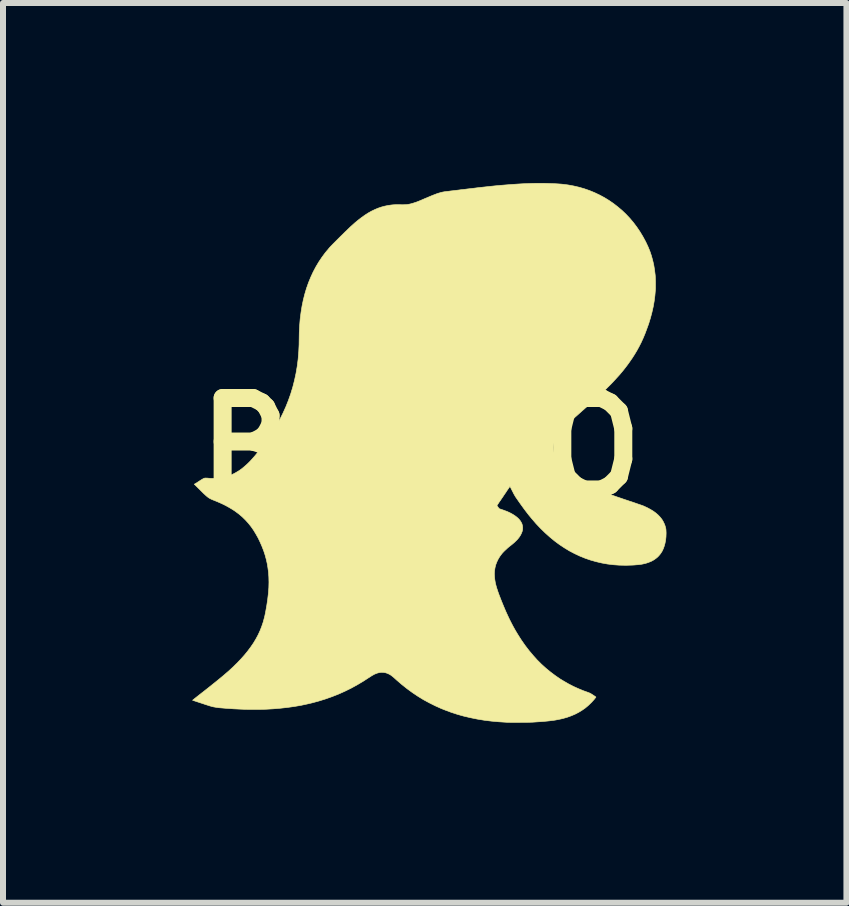
<source format=kicad_pcb>
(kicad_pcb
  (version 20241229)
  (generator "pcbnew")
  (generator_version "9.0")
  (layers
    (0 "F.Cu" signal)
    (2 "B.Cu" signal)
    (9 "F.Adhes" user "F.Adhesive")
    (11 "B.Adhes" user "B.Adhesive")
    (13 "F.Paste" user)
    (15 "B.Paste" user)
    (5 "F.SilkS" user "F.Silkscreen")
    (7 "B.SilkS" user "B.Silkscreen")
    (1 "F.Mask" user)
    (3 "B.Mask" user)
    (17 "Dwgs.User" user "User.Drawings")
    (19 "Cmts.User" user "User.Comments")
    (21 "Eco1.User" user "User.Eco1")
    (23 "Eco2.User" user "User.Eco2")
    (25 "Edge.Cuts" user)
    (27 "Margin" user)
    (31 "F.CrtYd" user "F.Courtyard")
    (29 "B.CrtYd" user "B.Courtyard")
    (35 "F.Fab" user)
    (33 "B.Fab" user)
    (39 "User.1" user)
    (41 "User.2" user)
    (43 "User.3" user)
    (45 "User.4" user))
  (footprint "BC_KO"
    (layer "F.Cu")
    (at 3.962 4.417)
    (property "Reference" "BC_KO" (at 0 0 0) (layer "F.SilkS") (effects (font (size 1.524 1.524) (thickness 0.3))))
    (attr through_hole)
    (fp_poly (pts (xy 2.042 -4.412) (xy 2.096 -4.411) (xy 2.149 -4.409) (xy 2.201 -4.407) (xy 2.251 -4.405) (xy 2.297 -4.402) (xy 2.34 -4.399) (xy 2.361 -4.397) (xy 2.455 -4.385) (xy 2.547 -4.368) (xy 2.638 -4.347) (xy 2.727 -4.321) (xy 2.813 -4.291) (xy 2.898 -4.256) (xy 2.98 -4.217) (xy 3.06 -4.174) (xy 3.138 -4.126) (xy 3.212 -4.075) (xy 3.284 -4.019) (xy 3.354 -3.96) (xy 3.42 -3.897) (xy 3.483 -3.83) (xy 3.542 -3.76) (xy 3.598 -3.686) (xy 3.651 -3.608) (xy 3.7 -3.527) (xy 3.745 -3.444) (xy 3.754 -3.426) (xy 3.788 -3.353) (xy 3.818 -3.28) (xy 3.843 -3.206) (xy 3.864 -3.13) (xy 3.882 -3.053) (xy 3.895 -2.973) (xy 3.905 -2.893) (xy 3.907 -2.875) (xy 3.908 -2.854) (xy 3.909 -2.83) (xy 3.91 -2.803) (xy 3.911 -2.774) (xy 3.911 -2.746) (xy 3.911 -2.717) (xy 3.911 -2.69) (xy 3.911 -2.665) (xy 3.91 -2.643) (xy 3.909 -2.629) (xy 3.901 -2.538) (xy 3.889 -2.446) (xy 3.873 -2.355) (xy 3.852 -2.262) (xy 3.827 -2.168) (xy 3.798 -2.073) (xy 3.763 -1.977) (xy 3.736 -1.905) (xy 3.705 -1.831) (xy 3.673 -1.761) (xy 3.639 -1.694) (xy 3.603 -1.628) (xy 3.564 -1.563) (xy 3.522 -1.497) (xy 3.514 -1.486) (xy 3.483 -1.441) (xy 3.451 -1.396) (xy 3.417 -1.351) (xy 3.382 -1.306) (xy 3.345 -1.261) (xy 3.306 -1.215) (xy 3.264 -1.169) (xy 3.221 -1.122) (xy 3.175 -1.073) (xy 3.126 -1.024) (xy 3.074 -0.972) (xy 3.018 -0.919) (xy 2.96 -0.864) (xy 2.897 -0.807) (xy 2.831 -0.747) (xy 2.783 -0.703) (xy 2.763 -0.686) (xy 2.74 -0.666) (xy 2.716 -0.644) (xy 2.69 -0.622) (xy 2.665 -0.599) (xy 2.64 -0.577) (xy 2.618 -0.557) (xy 2.612 -0.552) (xy 2.592 -0.534) (xy 2.571 -0.516) (xy 2.551 -0.497) (xy 2.531 -0.48) (xy 2.513 -0.463) (xy 2.497 -0.448) (xy 2.484 -0.436) (xy 2.478 -0.43) (xy 2.431 -0.385) (xy 2.389 -0.341) (xy 2.352 -0.3) (xy 2.319 -0.26) (xy 2.29 -0.221) (xy 2.266 -0.184) (xy 2.246 -0.148) (xy 2.231 -0.113) (xy 2.219 -0.08) (xy 2.212 -0.047) (xy 2.208 -0.016) (xy 2.209 0.016) (xy 2.211 0.032) (xy 2.217 0.063) (xy 2.227 0.094) (xy 2.24 0.125) (xy 2.258 0.156) (xy 2.278 0.188) (xy 2.303 0.221) (xy 2.332 0.255) (xy 2.366 0.29) (xy 2.403 0.327) (xy 2.445 0.364) (xy 2.492 0.404) (xy 2.517 0.425) (xy 2.564 0.461) (xy 2.609 0.494) (xy 2.652 0.525) (xy 2.695 0.553) (xy 2.74 0.58) (xy 2.786 0.606) (xy 2.835 0.632) (xy 2.85 0.64) (xy 2.879 0.654) (xy 2.907 0.668) (xy 2.936 0.682) (xy 2.964 0.695) (xy 2.993 0.708) (xy 3.022 0.72) (xy 3.053 0.733) (xy 3.086 0.746) (xy 3.12 0.759) (xy 3.156 0.773) (xy 3.195 0.787) (xy 3.237 0.802) (xy 3.282 0.818) (xy 3.33 0.834) (xy 3.382 0.852) (xy 3.439 0.871) (xy 3.489 0.888) (xy 3.521 0.898) (xy 3.552 0.909) (xy 3.582 0.919) (xy 3.61 0.929) (xy 3.636 0.938) (xy 3.66 0.946) (xy 3.68 0.953) (xy 3.697 0.959) (xy 3.71 0.964) (xy 3.719 0.968) (xy 3.719 0.968) (xy 3.775 0.994) (xy 3.827 1.022) (xy 3.875 1.051) (xy 3.917 1.082) (xy 3.955 1.115) (xy 3.988 1.15) (xy 4.017 1.186) (xy 4.04 1.224) (xy 4.059 1.264) (xy 4.069 1.29) (xy 4.075 1.31) (xy 4.08 1.329) (xy 4.084 1.346) (xy 4.086 1.365) (xy 4.087 1.386) (xy 4.088 1.41) (xy 4.088 1.422) (xy 4.086 1.48) (xy 4.08 1.534) (xy 4.07 1.586) (xy 4.057 1.634) (xy 4.041 1.678) (xy 4.021 1.72) (xy 3.997 1.757) (xy 3.98 1.779) (xy 3.951 1.811) (xy 3.918 1.839) (xy 3.882 1.864) (xy 3.842 1.886) (xy 3.798 1.904) (xy 3.75 1.92) (xy 3.698 1.932) (xy 3.671 1.937) (xy 3.649 1.94) (xy 3.623 1.943) (xy 3.593 1.945) (xy 3.562 1.948) (xy 3.528 1.95) (xy 3.495 1.951) (xy 3.461 1.952) (xy 3.429 1.953) (xy 3.409 1.953) (xy 3.308 1.951) (xy 3.21 1.944) (xy 3.112 1.932) (xy 3.017 1.915) (xy 2.923 1.893) (xy 2.831 1.867) (xy 2.74 1.836) (xy 2.651 1.8) (xy 2.564 1.759) (xy 2.478 1.714) (xy 2.394 1.663) (xy 2.311 1.608) (xy 2.23 1.548) (xy 2.151 1.483) (xy 2.073 1.413) (xy 1.997 1.339) (xy 1.922 1.26) (xy 1.849 1.175) (xy 1.8 1.116) (xy 1.776 1.085) (xy 1.749 1.05) (xy 1.721 1.013) (xy 1.693 0.974) (xy 1.664 0.934) (xy 1.635 0.893) (xy 1.608 0.854) (xy 1.587 0.824) (xy 1.577 0.809) (xy 1.567 0.792) (xy 1.556 0.773) (xy 1.544 0.751) (xy 1.531 0.724) (xy 1.525 0.713) (xy 1.516 0.695) (xy 1.508 0.678) (xy 1.5 0.664) (xy 1.494 0.652) (xy 1.489 0.644) (xy 1.487 0.639) (xy 1.486 0.638) (xy 1.484 0.64) (xy 1.48 0.646) (xy 1.474 0.655) (xy 1.465 0.667) (xy 1.455 0.682) (xy 1.443 0.699) (xy 1.43 0.718) (xy 1.417 0.739) (xy 1.402 0.76) (xy 1.387 0.782) (xy 1.372 0.805) (xy 1.357 0.827) (xy 1.342 0.849) (xy 1.328 0.87) (xy 1.314 0.889) (xy 1.302 0.907) (xy 1.292 0.923) (xy 1.283 0.936) (xy 1.276 0.946) (xy 1.272 0.953) (xy 1.27 0.956) (xy 1.27 0.959) (xy 1.274 0.965) (xy 1.28 0.974) (xy 1.287 0.984) (xy 1.287 0.984) (xy 1.307 1.01) (xy 1.363 1.029) (xy 1.381 1.035) (xy 1.399 1.042) (xy 1.415 1.048) (xy 1.43 1.053) (xy 1.441 1.058) (xy 1.444 1.059) (xy 1.491 1.081) (xy 1.533 1.104) (xy 1.57 1.128) (xy 1.603 1.153) (xy 1.631 1.179) (xy 1.654 1.206) (xy 1.672 1.234) (xy 1.686 1.262) (xy 1.694 1.292) (xy 1.698 1.322) (xy 1.697 1.353) (xy 1.691 1.384) (xy 1.679 1.416) (xy 1.663 1.449) (xy 1.642 1.482) (xy 1.632 1.495) (xy 1.617 1.514) (xy 1.601 1.532) (xy 1.583 1.549) (xy 1.564 1.568) (xy 1.542 1.587) (xy 1.517 1.608) (xy 1.488 1.631) (xy 1.486 1.632) (xy 1.465 1.649) (xy 1.444 1.667) (xy 1.422 1.688) (xy 1.4 1.708) (xy 1.38 1.728) (xy 1.362 1.747) (xy 1.348 1.764) (xy 1.316 1.807) (xy 1.289 1.852) (xy 1.267 1.898) (xy 1.249 1.945) (xy 1.237 1.994) (xy 1.229 2.044) (xy 1.226 2.096) (xy 1.229 2.149) (xy 1.231 2.17) (xy 1.234 2.195) (xy 1.238 2.219) (xy 1.242 2.244) (xy 1.248 2.269) (xy 1.255 2.295) (xy 1.262 2.322) (xy 1.272 2.352) (xy 1.282 2.383) (xy 1.294 2.417) (xy 1.308 2.455) (xy 1.324 2.496) (xy 1.341 2.54) (xy 1.352 2.567) (xy 1.384 2.645) (xy 1.415 2.718) (xy 1.447 2.788) (xy 1.478 2.854) (xy 1.51 2.917) (xy 1.542 2.978) (xy 1.575 3.037) (xy 1.61 3.095) (xy 1.646 3.153) (xy 1.675 3.198) (xy 1.737 3.287) (xy 1.802 3.372) (xy 1.869 3.452) (xy 1.938 3.529) (xy 2.01 3.601) (xy 2.084 3.668) (xy 2.162 3.732) (xy 2.242 3.792) (xy 2.325 3.849) (xy 2.383 3.884) (xy 2.461 3.929) (xy 2.542 3.971) (xy 2.626 4.009) (xy 2.711 4.044) (xy 2.775 4.067) (xy 2.789 4.072) (xy 2.801 4.077) (xy 2.812 4.081) (xy 2.819 4.084) (xy 2.82 4.084) (xy 2.826 4.088) (xy 2.835 4.093) (xy 2.847 4.1) (xy 2.859 4.108) (xy 2.872 4.116) (xy 2.884 4.125) (xy 2.896 4.132) (xy 2.906 4.139) (xy 2.913 4.145) (xy 2.917 4.148) (xy 2.918 4.149) (xy 2.917 4.152) (xy 2.912 4.159) (xy 2.905 4.168) (xy 2.896 4.179) (xy 2.886 4.192) (xy 2.874 4.205) (xy 2.862 4.218) (xy 2.851 4.231) (xy 2.839 4.243) (xy 2.838 4.244) (xy 2.79 4.29) (xy 2.74 4.332) (xy 2.687 4.369) (xy 2.631 4.403) (xy 2.571 4.434) (xy 2.508 4.461) (xy 2.442 4.485) (xy 2.372 4.505) (xy 2.363 4.507) (xy 2.334 4.514) (xy 2.305 4.52) (xy 2.275 4.526) (xy 2.244 4.532) (xy 2.211 4.537) (xy 2.176 4.541) (xy 2.139 4.546) (xy 2.099 4.55) (xy 2.056 4.554) (xy 2.009 4.558) (xy 1.958 4.561) (xy 1.902 4.565) (xy 1.869 4.567) (xy 1.857 4.568) (xy 1.841 4.568) (xy 1.82 4.569) (xy 1.796 4.569) (xy 1.769 4.57) (xy 1.74 4.57) (xy 1.71 4.57) (xy 1.678 4.57) (xy 1.646 4.571) (xy 1.613 4.571) (xy 1.582 4.571) (xy 1.551 4.571) (xy 1.522 4.571) (xy 1.496 4.571) (xy 1.472 4.57) (xy 1.452 4.57) (xy 1.436 4.57) (xy 1.426 4.569) (xy 1.3 4.561) (xy 1.177 4.55) (xy 1.057 4.535) (xy 0.941 4.516) (xy 0.828 4.493) (xy 0.717 4.467) (xy 0.61 4.437) (xy 0.506 4.403) (xy 0.404 4.365) (xy 0.341 4.34) (xy 0.239 4.294) (xy 0.141 4.245) (xy 0.045 4.193) (xy -0.048 4.136) (xy -0.139 4.075) (xy -0.228 4.01) (xy -0.316 3.94) (xy -0.402 3.866) (xy -0.424 3.846) (xy -0.446 3.826) (xy -0.466 3.809) (xy -0.483 3.796) (xy -0.499 3.784) (xy -0.515 3.774) (xy -0.526 3.768) (xy -0.559 3.753) (xy -0.591 3.743) (xy -0.624 3.738) (xy -0.657 3.737) (xy -0.691 3.741) (xy -0.726 3.75) (xy -0.762 3.764) (xy -0.78 3.772) (xy -0.789 3.778) (xy -0.802 3.785) (xy -0.818 3.794) (xy -0.834 3.805) (xy -0.851 3.816) (xy -0.86 3.821) (xy -0.96 3.886) (xy -1.061 3.946) (xy -1.163 4.002) (xy -1.267 4.053) (xy -1.372 4.1) (xy -1.479 4.142) (xy -1.589 4.181) (xy -1.702 4.216) (xy -1.817 4.247) (xy -1.89 4.264) (xy -1.997 4.287) (xy -2.108 4.306) (xy -2.222 4.322) (xy -2.339 4.335) (xy -2.458 4.345) (xy -2.58 4.352) (xy -2.703 4.355) (xy -2.828 4.355) (xy -2.892 4.354) (xy -2.944 4.353) (xy -2.991 4.351) (xy -3.035 4.349) (xy -3.077 4.347) (xy -3.119 4.345) (xy -3.161 4.342) (xy -3.205 4.339) (xy -3.251 4.336) (xy -3.297 4.332) (xy -3.323 4.33) (xy -3.347 4.328) (xy -3.368 4.326) (xy -3.387 4.323) (xy -3.405 4.321) (xy -3.422 4.318) (xy -3.439 4.315) (xy -3.456 4.312) (xy -3.473 4.308) (xy -3.492 4.303) (xy -3.513 4.297) (xy -3.535 4.29) (xy -3.56 4.282) (xy -3.589 4.273) (xy -3.621 4.262) (xy -3.657 4.25) (xy -3.67 4.246) (xy -3.803 4.202) (xy -3.778 4.182) (xy -3.771 4.176) (xy -3.761 4.168) (xy -3.748 4.158) (xy -3.732 4.145) (xy -3.714 4.131) (xy -3.694 4.115) (xy -3.673 4.099) (xy -3.651 4.081) (xy -3.633 4.068) (xy -3.579 4.025) (xy -3.528 3.985) (xy -3.481 3.947) (xy -3.437 3.912) (xy -3.396 3.879) (xy -3.358 3.848) (xy -3.323 3.819) (xy -3.289 3.791) (xy -3.258 3.764) (xy -3.229 3.739) (xy -3.201 3.715) (xy -3.175 3.691) (xy -3.15 3.668) (xy -3.125 3.645) (xy -3.101 3.621) (xy -3.078 3.598) (xy -3.064 3.585) (xy -3 3.518) (xy -2.94 3.451) (xy -2.885 3.384) (xy -2.835 3.317) (xy -2.789 3.25) (xy -2.748 3.182) (xy -2.711 3.113) (xy -2.679 3.044) (xy -2.651 2.973) (xy -2.627 2.902) (xy -2.607 2.828) (xy -2.606 2.826) (xy -2.598 2.791) (xy -2.59 2.752) (xy -2.582 2.71) (xy -2.574 2.665) (xy -2.566 2.62) (xy -2.559 2.573) (xy -2.552 2.527) (xy -2.547 2.483) (xy -2.542 2.441) (xy -2.539 2.413) (xy -2.532 2.323) (xy -2.53 2.235) (xy -2.532 2.149) (xy -2.538 2.066) (xy -2.549 1.985) (xy -2.558 1.93) (xy -2.574 1.858) (xy -2.594 1.784) (xy -2.618 1.711) (xy -2.646 1.639) (xy -2.677 1.568) (xy -2.71 1.499) (xy -2.747 1.433) (xy -2.785 1.37) (xy -2.826 1.311) (xy -2.826 1.311) (xy -2.872 1.253) (xy -2.921 1.199) (xy -2.973 1.148) (xy -3.028 1.101) (xy -3.088 1.056) (xy -3.111 1.04) (xy -3.154 1.013) (xy -3.198 0.987) (xy -3.243 0.962) (xy -3.29 0.938) (xy -3.34 0.915) (xy -3.393 0.892) (xy -3.442 0.872) (xy -3.46 0.865) (xy -3.477 0.858) (xy -3.492 0.851) (xy -3.505 0.845) (xy -3.518 0.838) (xy -3.531 0.83) (xy -3.543 0.822) (xy -3.556 0.812) (xy -3.569 0.801) (xy -3.584 0.788) (xy -3.6 0.773) (xy -3.619 0.756) (xy -3.64 0.735) (xy -3.663 0.712) (xy -3.683 0.692) (xy -3.774 0.602) (xy -3.76 0.594) (xy -3.753 0.59) (xy -3.744 0.584) (xy -3.731 0.577) (xy -3.717 0.567) (xy -3.702 0.558) (xy -3.694 0.552) (xy -3.678 0.542) (xy -3.663 0.532) (xy -3.648 0.523) (xy -3.636 0.516) (xy -3.626 0.51) (xy -3.623 0.508) (xy -3.612 0.504) (xy -3.604 0.501) (xy -3.596 0.5) (xy -3.586 0.499) (xy -3.583 0.499) (xy -3.571 0.5) (xy -3.557 0.5) (xy -3.542 0.502) (xy -3.533 0.502) (xy -3.516 0.504) (xy -3.496 0.505) (xy -3.473 0.505) (xy -3.449 0.505) (xy -3.426 0.505) (xy -3.404 0.504) (xy -3.386 0.503) (xy -3.38 0.503) (xy -3.32 0.495) (xy -3.261 0.482) (xy -3.204 0.465) (xy -3.149 0.443) (xy -3.095 0.416) (xy -3.041 0.384) (xy -3.02 0.371) (xy -2.979 0.341) (xy -2.937 0.306) (xy -2.894 0.268) (xy -2.85 0.225) (xy -2.807 0.178) (xy -2.763 0.128) (xy -2.724 0.08) (xy -2.704 0.055) (xy -2.683 0.027) (xy -2.66 -0.004) (xy -2.636 -0.036) (xy -2.612 -0.069) (xy -2.587 -0.103) (xy -2.563 -0.136) (xy -2.54 -0.169) (xy -2.518 -0.2) (xy -2.498 -0.229) (xy -2.481 -0.255) (xy -2.467 -0.276) (xy -2.406 -0.376) (xy -2.349 -0.477) (xy -2.297 -0.581) (xy -2.249 -0.687) (xy -2.206 -0.795) (xy -2.167 -0.905) (xy -2.133 -1.017) (xy -2.104 -1.131) (xy -2.079 -1.247) (xy -2.059 -1.364) (xy -2.044 -1.482) (xy -2.034 -1.602) (xy -2.028 -1.723) (xy -2.027 -1.805) (xy -2.025 -1.923) (xy -2.019 -2.039) (xy -2.01 -2.151) (xy -1.996 -2.26) (xy -1.979 -2.366) (xy -1.958 -2.468) (xy -1.933 -2.567) (xy -1.904 -2.664) (xy -1.871 -2.757) (xy -1.834 -2.847) (xy -1.794 -2.934) (xy -1.749 -3.019) (xy -1.701 -3.1) (xy -1.648 -3.179) (xy -1.592 -3.255) (xy -1.531 -3.328) (xy -1.515 -3.347) (xy -1.507 -3.355) (xy -1.496 -3.367) (xy -1.482 -3.381) (xy -1.466 -3.398) (xy -1.447 -3.417) (xy -1.426 -3.438) (xy -1.404 -3.46) (xy -1.381 -3.483) (xy -1.357 -3.507) (xy -1.333 -3.531) (xy -1.308 -3.555) (xy -1.284 -3.579) (xy -1.261 -3.602) (xy -1.238 -3.623) (xy -1.217 -3.644) (xy -1.198 -3.662) (xy -1.181 -3.679) (xy -1.166 -3.693) (xy -1.157 -3.701) (xy -1.098 -3.754) (xy -1.041 -3.801) (xy -0.985 -3.844) (xy -0.93 -3.883) (xy -0.876 -3.918) (xy -0.822 -3.948) (xy -0.768 -3.974) (xy -0.714 -3.997) (xy -0.659 -4.016) (xy -0.604 -4.031) (xy -0.547 -4.043) (xy -0.49 -4.051) (xy -0.46 -4.054) (xy -0.442 -4.055) (xy -0.419 -4.056) (xy -0.393 -4.056) (xy -0.362 -4.056) (xy -0.348 -4.056) (xy -0.318 -4.055) (xy -0.292 -4.055) (xy -0.27 -4.056) (xy -0.25 -4.057) (xy -0.231 -4.058) (xy -0.213 -4.061) (xy -0.195 -4.064) (xy -0.176 -4.068) (xy -0.157 -4.073) (xy -0.14 -4.078) (xy -0.122 -4.083) (xy -0.104 -4.089) (xy -0.084 -4.095) (xy -0.063 -4.103) (xy -0.039 -4.112) (xy -0.013 -4.123) (xy 0.016 -4.135) (xy 0.048 -4.149) (xy 0.085 -4.165) (xy 0.089 -4.166) (xy 0.131 -4.184) (xy 0.169 -4.2) (xy 0.203 -4.214) (xy 0.235 -4.226) (xy 0.263 -4.237) (xy 0.289 -4.246) (xy 0.314 -4.253) (xy 0.337 -4.26) (xy 0.359 -4.265) (xy 0.381 -4.269) (xy 0.382 -4.27) (xy 0.387 -4.27) (xy 0.396 -4.272) (xy 0.41 -4.273) (xy 0.428 -4.276) (xy 0.449 -4.278) (xy 0.473 -4.281) (xy 0.501 -4.285) (xy 0.53 -4.288) (xy 0.562 -4.292) (xy 0.596 -4.296) (xy 0.63 -4.3) (xy 0.666 -4.305) (xy 0.703 -4.309) (xy 0.739 -4.313) (xy 0.776 -4.318) (xy 0.812 -4.322) (xy 0.847 -4.326) (xy 0.881 -4.33) (xy 0.913 -4.334) (xy 0.943 -4.338) (xy 0.971 -4.341) (xy 0.996 -4.344) (xy 1.018 -4.346) (xy 1.025 -4.347) (xy 1.135 -4.359) (xy 1.24 -4.37) (xy 1.34 -4.379) (xy 1.437 -4.387) (xy 1.529 -4.394) (xy 1.619 -4.4) (xy 1.705 -4.405) (xy 1.787 -4.408) (xy 1.868 -4.411) (xy 1.945 -4.412) (xy 1.988 -4.412) (xy 2.042 -4.412)) (stroke (width 0.01) (type solid)) (fill yes) (layer "F.SilkS")))
  (gr_rect
    (start -3 -3)
    (end 11.055 11.993)
    (stroke (width 0.1) (type default))
    (fill no)
    (layer "Edge.Cuts")))
</source>
